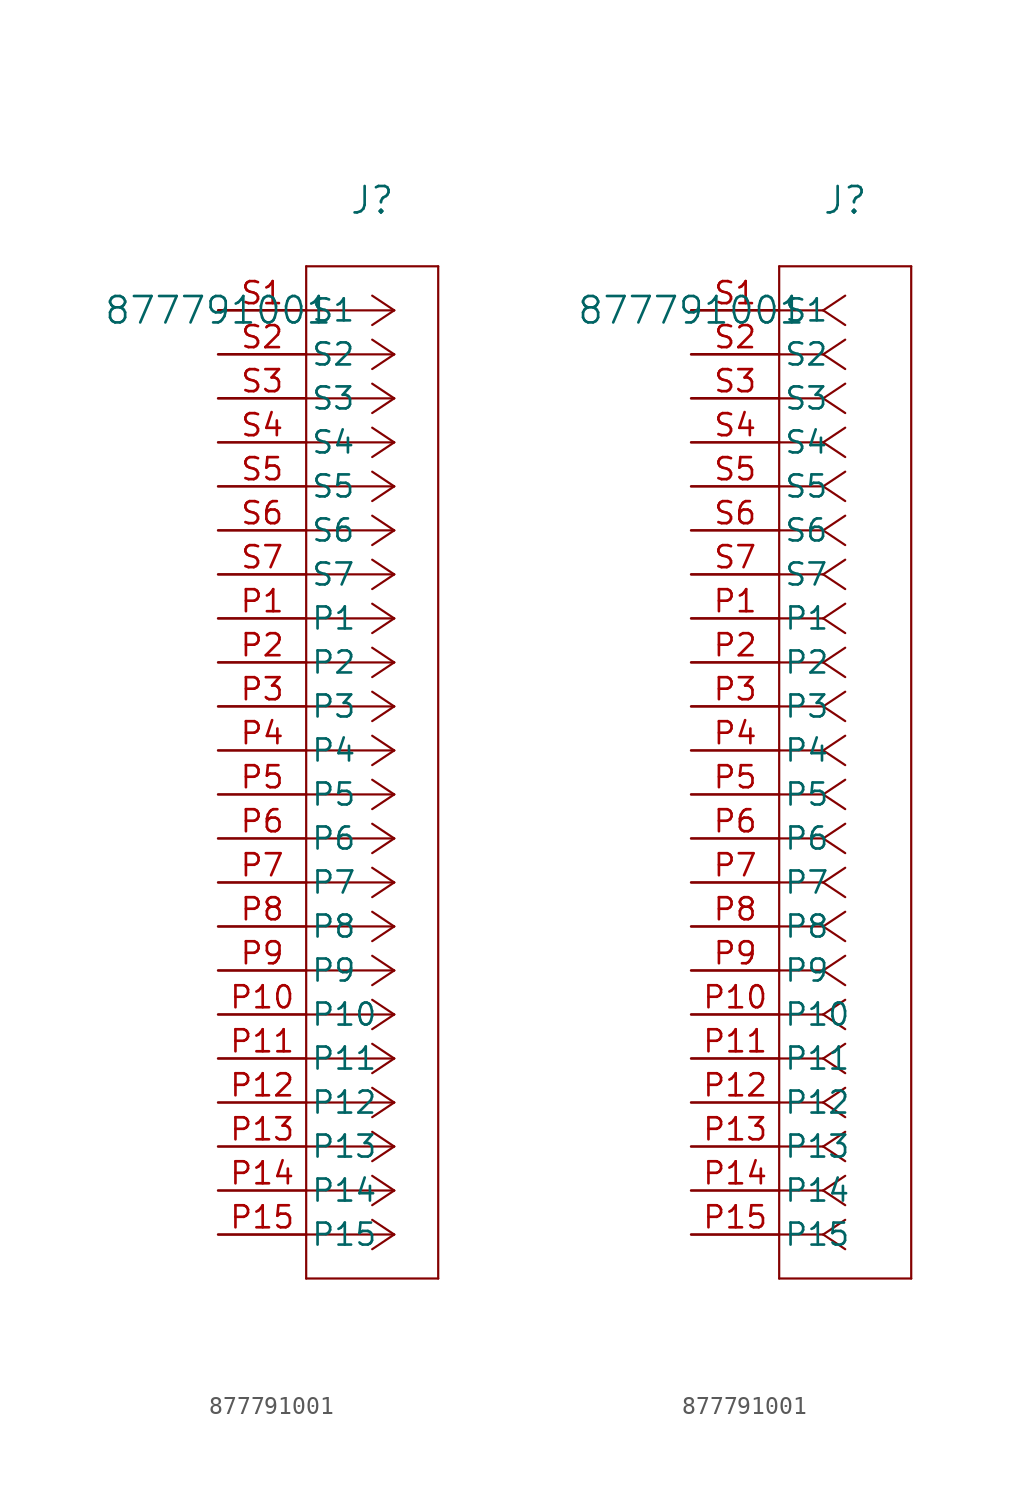
<source format=kicad_sym>
(kicad_symbol_lib
  (version 20211014)
  (generator kicad_symbol_editor)
  (symbol "877791001"
    (pin_names
      (offset 0.254))
    (property "Reference" "J"
      (at 8.89 6.35 0)
      (effects (font (size 1.524 1.524))))
    (property "Value" "877791001"
      (at 0 0 0)
      (effects (font (size 1.524 1.524))))
    (symbol "877791001_1_1"
      (polyline (pts (xy 10.16 0) (xy 5.08 0)) (stroke (width 0.127) (type default) (color 0 0 0 0)) (fill (type none)))
      (polyline (pts (xy 10.16 -2.54) (xy 5.08 -2.54)) (stroke (width 0.127) (type default) (color 0 0 0 0)) (fill (type none)))
      (polyline (pts (xy 10.16 -5.08) (xy 5.08 -5.08)) (stroke (width 0.127) (type default) (color 0 0 0 0)) (fill (type none)))
      (polyline (pts (xy 10.16 -7.62) (xy 5.08 -7.62)) (stroke (width 0.127) (type default) (color 0 0 0 0)) (fill (type none)))
      (polyline (pts (xy 10.16 -10.16) (xy 5.08 -10.16)) (stroke (width 0.127) (type default) (color 0 0 0 0)) (fill (type none)))
      (polyline (pts (xy 10.16 -12.7) (xy 5.08 -12.7)) (stroke (width 0.127) (type default) (color 0 0 0 0)) (fill (type none)))
      (polyline (pts (xy 10.16 -15.24) (xy 5.08 -15.24)) (stroke (width 0.127) (type default) (color 0 0 0 0)) (fill (type none)))
      (polyline (pts (xy 10.16 -17.78) (xy 5.08 -17.78)) (stroke (width 0.127) (type default) (color 0 0 0 0)) (fill (type none)))
      (polyline (pts (xy 10.16 -20.32) (xy 5.08 -20.32)) (stroke (width 0.127) (type default) (color 0 0 0 0)) (fill (type none)))
      (polyline (pts (xy 10.16 -22.86) (xy 5.08 -22.86)) (stroke (width 0.127) (type default) (color 0 0 0 0)) (fill (type none)))
      (polyline (pts (xy 10.16 -25.4) (xy 5.08 -25.4)) (stroke (width 0.127) (type default) (color 0 0 0 0)) (fill (type none)))
      (polyline (pts (xy 10.16 -27.94) (xy 5.08 -27.94)) (stroke (width 0.127) (type default) (color 0 0 0 0)) (fill (type none)))
      (polyline (pts (xy 10.16 -30.48) (xy 5.08 -30.48)) (stroke (width 0.127) (type default) (color 0 0 0 0)) (fill (type none)))
      (polyline (pts (xy 10.16 -33.02) (xy 5.08 -33.02)) (stroke (width 0.127) (type default) (color 0 0 0 0)) (fill (type none)))
      (polyline (pts (xy 10.16 -35.56) (xy 5.08 -35.56)) (stroke (width 0.127) (type default) (color 0 0 0 0)) (fill (type none)))
      (polyline (pts (xy 10.16 -38.1) (xy 5.08 -38.1)) (stroke (width 0.127) (type default) (color 0 0 0 0)) (fill (type none)))
      (polyline (pts (xy 10.16 -40.64) (xy 5.08 -40.64)) (stroke (width 0.127) (type default) (color 0 0 0 0)) (fill (type none)))
      (polyline (pts (xy 10.16 -43.18) (xy 5.08 -43.18)) (stroke (width 0.127) (type default) (color 0 0 0 0)) (fill (type none)))
      (polyline (pts (xy 10.16 -45.72) (xy 5.08 -45.72)) (stroke (width 0.127) (type default) (color 0 0 0 0)) (fill (type none)))
      (polyline (pts (xy 10.16 -48.26) (xy 5.08 -48.26)) (stroke (width 0.127) (type default) (color 0 0 0 0)) (fill (type none)))
      (polyline (pts (xy 10.16 -50.8) (xy 5.08 -50.8)) (stroke (width 0.127) (type default) (color 0 0 0 0)) (fill (type none)))
      (polyline (pts (xy 10.16 -53.34) (xy 5.08 -53.34)) (stroke (width 0.127) (type default) (color 0 0 0 0)) (fill (type none)))
      (polyline (pts (xy 10.16 0) (xy 8.89 0.847)) (stroke (width 0.127) (type default) (color 0 0 0 0)) (fill (type none)))
      (polyline (pts (xy 10.16 -2.54) (xy 8.89 -1.693)) (stroke (width 0.127) (type default) (color 0 0 0 0)) (fill (type none)))
      (polyline (pts (xy 10.16 -5.08) (xy 8.89 -4.233)) (stroke (width 0.127) (type default) (color 0 0 0 0)) (fill (type none)))
      (polyline (pts (xy 10.16 -7.62) (xy 8.89 -6.773)) (stroke (width 0.127) (type default) (color 0 0 0 0)) (fill (type none)))
      (polyline (pts (xy 10.16 -10.16) (xy 8.89 -9.313)) (stroke (width 0.127) (type default) (color 0 0 0 0)) (fill (type none)))
      (polyline (pts (xy 10.16 -12.7) (xy 8.89 -11.853)) (stroke (width 0.127) (type default) (color 0 0 0 0)) (fill (type none)))
      (polyline (pts (xy 10.16 -15.24) (xy 8.89 -14.393)) (stroke (width 0.127) (type default) (color 0 0 0 0)) (fill (type none)))
      (polyline (pts (xy 10.16 -17.78) (xy 8.89 -16.933)) (stroke (width 0.127) (type default) (color 0 0 0 0)) (fill (type none)))
      (polyline (pts (xy 10.16 -20.32) (xy 8.89 -19.473)) (stroke (width 0.127) (type default) (color 0 0 0 0)) (fill (type none)))
      (polyline (pts (xy 10.16 -22.86) (xy 8.89 -22.013)) (stroke (width 0.127) (type default) (color 0 0 0 0)) (fill (type none)))
      (polyline (pts (xy 10.16 -25.4) (xy 8.89 -24.553)) (stroke (width 0.127) (type default) (color 0 0 0 0)) (fill (type none)))
      (polyline (pts (xy 10.16 -27.94) (xy 8.89 -27.093)) (stroke (width 0.127) (type default) (color 0 0 0 0)) (fill (type none)))
      (polyline (pts (xy 10.16 -30.48) (xy 8.89 -29.633)) (stroke (width 0.127) (type default) (color 0 0 0 0)) (fill (type none)))
      (polyline (pts (xy 10.16 -33.02) (xy 8.89 -32.173)) (stroke (width 0.127) (type default) (color 0 0 0 0)) (fill (type none)))
      (polyline (pts (xy 10.16 -35.56) (xy 8.89 -34.713)) (stroke (width 0.127) (type default) (color 0 0 0 0)) (fill (type none)))
      (polyline (pts (xy 10.16 -38.1) (xy 8.89 -37.253)) (stroke (width 0.127) (type default) (color 0 0 0 0)) (fill (type none)))
      (polyline (pts (xy 10.16 -40.64) (xy 8.89 -39.793)) (stroke (width 0.127) (type default) (color 0 0 0 0)) (fill (type none)))
      (polyline (pts (xy 10.16 -43.18) (xy 8.89 -42.333)) (stroke (width 0.127) (type default) (color 0 0 0 0)) (fill (type none)))
      (polyline (pts (xy 10.16 -45.72) (xy 8.89 -44.873)) (stroke (width 0.127) (type default) (color 0 0 0 0)) (fill (type none)))
      (polyline (pts (xy 10.16 -48.26) (xy 8.89 -47.413)) (stroke (width 0.127) (type default) (color 0 0 0 0)) (fill (type none)))
      (polyline (pts (xy 10.16 -50.8) (xy 8.89 -49.953)) (stroke (width 0.127) (type default) (color 0 0 0 0)) (fill (type none)))
      (polyline (pts (xy 10.16 -53.34) (xy 8.89 -52.493)) (stroke (width 0.127) (type default) (color 0 0 0 0)) (fill (type none)))
      (polyline (pts (xy 10.16 0) (xy 8.89 -0.847)) (stroke (width 0.127) (type default) (color 0 0 0 0)) (fill (type none)))
      (polyline (pts (xy 10.16 -2.54) (xy 8.89 -3.387)) (stroke (width 0.127) (type default) (color 0 0 0 0)) (fill (type none)))
      (polyline (pts (xy 10.16 -5.08) (xy 8.89 -5.927)) (stroke (width 0.127) (type default) (color 0 0 0 0)) (fill (type none)))
      (polyline (pts (xy 10.16 -7.62) (xy 8.89 -8.467)) (stroke (width 0.127) (type default) (color 0 0 0 0)) (fill (type none)))
      (polyline (pts (xy 10.16 -10.16) (xy 8.89 -11.007)) (stroke (width 0.127) (type default) (color 0 0 0 0)) (fill (type none)))
      (polyline (pts (xy 10.16 -12.7) (xy 8.89 -13.547)) (stroke (width 0.127) (type default) (color 0 0 0 0)) (fill (type none)))
      (polyline (pts (xy 10.16 -15.24) (xy 8.89 -16.087)) (stroke (width 0.127) (type default) (color 0 0 0 0)) (fill (type none)))
      (polyline (pts (xy 10.16 -17.78) (xy 8.89 -18.627)) (stroke (width 0.127) (type default) (color 0 0 0 0)) (fill (type none)))
      (polyline (pts (xy 10.16 -20.32) (xy 8.89 -21.167)) (stroke (width 0.127) (type default) (color 0 0 0 0)) (fill (type none)))
      (polyline (pts (xy 10.16 -22.86) (xy 8.89 -23.707)) (stroke (width 0.127) (type default) (color 0 0 0 0)) (fill (type none)))
      (polyline (pts (xy 10.16 -25.4) (xy 8.89 -26.247)) (stroke (width 0.127) (type default) (color 0 0 0 0)) (fill (type none)))
      (polyline (pts (xy 10.16 -27.94) (xy 8.89 -28.787)) (stroke (width 0.127) (type default) (color 0 0 0 0)) (fill (type none)))
      (polyline (pts (xy 10.16 -30.48) (xy 8.89 -31.327)) (stroke (width 0.127) (type default) (color 0 0 0 0)) (fill (type none)))
      (polyline (pts (xy 10.16 -33.02) (xy 8.89 -33.867)) (stroke (width 0.127) (type default) (color 0 0 0 0)) (fill (type none)))
      (polyline (pts (xy 10.16 -35.56) (xy 8.89 -36.407)) (stroke (width 0.127) (type default) (color 0 0 0 0)) (fill (type none)))
      (polyline (pts (xy 10.16 -38.1) (xy 8.89 -38.947)) (stroke (width 0.127) (type default) (color 0 0 0 0)) (fill (type none)))
      (polyline (pts (xy 10.16 -40.64) (xy 8.89 -41.487)) (stroke (width 0.127) (type default) (color 0 0 0 0)) (fill (type none)))
      (polyline (pts (xy 10.16 -43.18) (xy 8.89 -44.027)) (stroke (width 0.127) (type default) (color 0 0 0 0)) (fill (type none)))
      (polyline (pts (xy 10.16 -45.72) (xy 8.89 -46.567)) (stroke (width 0.127) (type default) (color 0 0 0 0)) (fill (type none)))
      (polyline (pts (xy 10.16 -48.26) (xy 8.89 -49.107)) (stroke (width 0.127) (type default) (color 0 0 0 0)) (fill (type none)))
      (polyline (pts (xy 10.16 -50.8) (xy 8.89 -51.647)) (stroke (width 0.127) (type default) (color 0 0 0 0)) (fill (type none)))
      (polyline (pts (xy 10.16 -53.34) (xy 8.89 -54.187)) (stroke (width 0.127) (type default) (color 0 0 0 0)) (fill (type none)))
      (polyline (pts (xy 5.08 2.54) (xy 5.08 -55.88)) (stroke (width 0.127) (type default) (color 0 0 0 0)) (fill (type none)))
      (polyline (pts (xy 5.08 -55.88) (xy 12.7 -55.88)) (stroke (width 0.127) (type default) (color 0 0 0 0)) (fill (type none)))
      (polyline (pts (xy 12.7 -55.88) (xy 12.7 2.54)) (stroke (width 0.127) (type default) (color 0 0 0 0)) (fill (type none)))
      (polyline (pts (xy 12.7 2.54) (xy 5.08 2.54)) (stroke (width 0.127) (type default) (color 0 0 0 0)) (fill (type none)))
      (pin unspecified line (at 0 0 0) (length 5.08) (name "S1" (effects (font (size 1.27 1.27)))) (number "S1" (effects (font (size 1.27 1.27)))))
      (pin unspecified line (at 0 -2.54 0) (length 5.08) (name "S2" (effects (font (size 1.27 1.27)))) (number "S2" (effects (font (size 1.27 1.27)))))
      (pin unspecified line (at 0 -5.08 0) (length 5.08) (name "S3" (effects (font (size 1.27 1.27)))) (number "S3" (effects (font (size 1.27 1.27)))))
      (pin unspecified line (at 0 -7.62 0) (length 5.08) (name "S4" (effects (font (size 1.27 1.27)))) (number "S4" (effects (font (size 1.27 1.27)))))
      (pin unspecified line (at 0 -10.16 0) (length 5.08) (name "S5" (effects (font (size 1.27 1.27)))) (number "S5" (effects (font (size 1.27 1.27)))))
      (pin unspecified line (at 0 -12.7 0) (length 5.08) (name "S6" (effects (font (size 1.27 1.27)))) (number "S6" (effects (font (size 1.27 1.27)))))
      (pin unspecified line (at 0 -15.24 0) (length 5.08) (name "S7" (effects (font (size 1.27 1.27)))) (number "S7" (effects (font (size 1.27 1.27)))))
      (pin unspecified line (at 0 -17.78 0) (length 5.08) (name "P1" (effects (font (size 1.27 1.27)))) (number "P1" (effects (font (size 1.27 1.27)))))
      (pin unspecified line (at 0 -20.32 0) (length 5.08) (name "P2" (effects (font (size 1.27 1.27)))) (number "P2" (effects (font (size 1.27 1.27)))))
      (pin unspecified line (at 0 -22.86 0) (length 5.08) (name "P3" (effects (font (size 1.27 1.27)))) (number "P3" (effects (font (size 1.27 1.27)))))
      (pin unspecified line (at 0 -25.4 0) (length 5.08) (name "P4" (effects (font (size 1.27 1.27)))) (number "P4" (effects (font (size 1.27 1.27)))))
      (pin unspecified line (at 0 -27.94 0) (length 5.08) (name "P5" (effects (font (size 1.27 1.27)))) (number "P5" (effects (font (size 1.27 1.27)))))
      (pin unspecified line (at 0 -30.48 0) (length 5.08) (name "P6" (effects (font (size 1.27 1.27)))) (number "P6" (effects (font (size 1.27 1.27)))))
      (pin unspecified line (at 0 -33.02 0) (length 5.08) (name "P7" (effects (font (size 1.27 1.27)))) (number "P7" (effects (font (size 1.27 1.27)))))
      (pin unspecified line (at 0 -35.56 0) (length 5.08) (name "P8" (effects (font (size 1.27 1.27)))) (number "P8" (effects (font (size 1.27 1.27)))))
      (pin unspecified line (at 0 -38.1 0) (length 5.08) (name "P9" (effects (font (size 1.27 1.27)))) (number "P9" (effects (font (size 1.27 1.27)))))
      (pin unspecified line (at 0 -40.64 0) (length 5.08) (name "P10" (effects (font (size 1.27 1.27)))) (number "P10" (effects (font (size 1.27 1.27)))))
      (pin unspecified line (at 0 -43.18 0) (length 5.08) (name "P11" (effects (font (size 1.27 1.27)))) (number "P11" (effects (font (size 1.27 1.27)))))
      (pin unspecified line (at 0 -45.72 0) (length 5.08) (name "P12" (effects (font (size 1.27 1.27)))) (number "P12" (effects (font (size 1.27 1.27)))))
      (pin unspecified line (at 0 -48.26 0) (length 5.08) (name "P13" (effects (font (size 1.27 1.27)))) (number "P13" (effects (font (size 1.27 1.27)))))
      (pin unspecified line (at 0 -50.8 0) (length 5.08) (name "P14" (effects (font (size 1.27 1.27)))) (number "P14" (effects (font (size 1.27 1.27)))))
      (pin unspecified line (at 0 -53.34 0) (length 5.08) (name "P15" (effects (font (size 1.27 1.27)))) (number "P15" (effects (font (size 1.27 1.27))))))
    (symbol "877791001_1_2"
      (polyline (pts (xy 7.62 0) (xy 5.08 0)) (stroke (width 0.127) (type default) (color 0 0 0 0)) (fill (type none)))
      (polyline (pts (xy 7.62 -2.54) (xy 5.08 -2.54)) (stroke (width 0.127) (type default) (color 0 0 0 0)) (fill (type none)))
      (polyline (pts (xy 7.62 -5.08) (xy 5.08 -5.08)) (stroke (width 0.127) (type default) (color 0 0 0 0)) (fill (type none)))
      (polyline (pts (xy 7.62 -7.62) (xy 5.08 -7.62)) (stroke (width 0.127) (type default) (color 0 0 0 0)) (fill (type none)))
      (polyline (pts (xy 7.62 -10.16) (xy 5.08 -10.16)) (stroke (width 0.127) (type default) (color 0 0 0 0)) (fill (type none)))
      (polyline (pts (xy 7.62 -12.7) (xy 5.08 -12.7)) (stroke (width 0.127) (type default) (color 0 0 0 0)) (fill (type none)))
      (polyline (pts (xy 7.62 -15.24) (xy 5.08 -15.24)) (stroke (width 0.127) (type default) (color 0 0 0 0)) (fill (type none)))
      (polyline (pts (xy 7.62 -17.78) (xy 5.08 -17.78)) (stroke (width 0.127) (type default) (color 0 0 0 0)) (fill (type none)))
      (polyline (pts (xy 7.62 -20.32) (xy 5.08 -20.32)) (stroke (width 0.127) (type default) (color 0 0 0 0)) (fill (type none)))
      (polyline (pts (xy 7.62 -22.86) (xy 5.08 -22.86)) (stroke (width 0.127) (type default) (color 0 0 0 0)) (fill (type none)))
      (polyline (pts (xy 7.62 -25.4) (xy 5.08 -25.4)) (stroke (width 0.127) (type default) (color 0 0 0 0)) (fill (type none)))
      (polyline (pts (xy 7.62 -27.94) (xy 5.08 -27.94)) (stroke (width 0.127) (type default) (color 0 0 0 0)) (fill (type none)))
      (polyline (pts (xy 7.62 -30.48) (xy 5.08 -30.48)) (stroke (width 0.127) (type default) (color 0 0 0 0)) (fill (type none)))
      (polyline (pts (xy 7.62 -33.02) (xy 5.08 -33.02)) (stroke (width 0.127) (type default) (color 0 0 0 0)) (fill (type none)))
      (polyline (pts (xy 7.62 -35.56) (xy 5.08 -35.56)) (stroke (width 0.127) (type default) (color 0 0 0 0)) (fill (type none)))
      (polyline (pts (xy 7.62 -38.1) (xy 5.08 -38.1)) (stroke (width 0.127) (type default) (color 0 0 0 0)) (fill (type none)))
      (polyline (pts (xy 7.62 -40.64) (xy 5.08 -40.64)) (stroke (width 0.127) (type default) (color 0 0 0 0)) (fill (type none)))
      (polyline (pts (xy 7.62 -43.18) (xy 5.08 -43.18)) (stroke (width 0.127) (type default) (color 0 0 0 0)) (fill (type none)))
      (polyline (pts (xy 7.62 -45.72) (xy 5.08 -45.72)) (stroke (width 0.127) (type default) (color 0 0 0 0)) (fill (type none)))
      (polyline (pts (xy 7.62 -48.26) (xy 5.08 -48.26)) (stroke (width 0.127) (type default) (color 0 0 0 0)) (fill (type none)))
      (polyline (pts (xy 7.62 -50.8) (xy 5.08 -50.8)) (stroke (width 0.127) (type default) (color 0 0 0 0)) (fill (type none)))
      (polyline (pts (xy 7.62 -53.34) (xy 5.08 -53.34)) (stroke (width 0.127) (type default) (color 0 0 0 0)) (fill (type none)))
      (polyline (pts (xy 7.62 0) (xy 8.89 0.847)) (stroke (width 0.127) (type default) (color 0 0 0 0)) (fill (type none)))
      (polyline (pts (xy 7.62 -2.54) (xy 8.89 -1.693)) (stroke (width 0.127) (type default) (color 0 0 0 0)) (fill (type none)))
      (polyline (pts (xy 7.62 -5.08) (xy 8.89 -4.233)) (stroke (width 0.127) (type default) (color 0 0 0 0)) (fill (type none)))
      (polyline (pts (xy 7.62 -7.62) (xy 8.89 -6.773)) (stroke (width 0.127) (type default) (color 0 0 0 0)) (fill (type none)))
      (polyline (pts (xy 7.62 -10.16) (xy 8.89 -9.313)) (stroke (width 0.127) (type default) (color 0 0 0 0)) (fill (type none)))
      (polyline (pts (xy 7.62 -12.7) (xy 8.89 -11.853)) (stroke (width 0.127) (type default) (color 0 0 0 0)) (fill (type none)))
      (polyline (pts (xy 7.62 -15.24) (xy 8.89 -14.393)) (stroke (width 0.127) (type default) (color 0 0 0 0)) (fill (type none)))
      (polyline (pts (xy 7.62 -17.78) (xy 8.89 -16.933)) (stroke (width 0.127) (type default) (color 0 0 0 0)) (fill (type none)))
      (polyline (pts (xy 7.62 -20.32) (xy 8.89 -19.473)) (stroke (width 0.127) (type default) (color 0 0 0 0)) (fill (type none)))
      (polyline (pts (xy 7.62 -22.86) (xy 8.89 -22.013)) (stroke (width 0.127) (type default) (color 0 0 0 0)) (fill (type none)))
      (polyline (pts (xy 7.62 -25.4) (xy 8.89 -24.553)) (stroke (width 0.127) (type default) (color 0 0 0 0)) (fill (type none)))
      (polyline (pts (xy 7.62 -27.94) (xy 8.89 -27.093)) (stroke (width 0.127) (type default) (color 0 0 0 0)) (fill (type none)))
      (polyline (pts (xy 7.62 -30.48) (xy 8.89 -29.633)) (stroke (width 0.127) (type default) (color 0 0 0 0)) (fill (type none)))
      (polyline (pts (xy 7.62 -33.02) (xy 8.89 -32.173)) (stroke (width 0.127) (type default) (color 0 0 0 0)) (fill (type none)))
      (polyline (pts (xy 7.62 -35.56) (xy 8.89 -34.713)) (stroke (width 0.127) (type default) (color 0 0 0 0)) (fill (type none)))
      (polyline (pts (xy 7.62 -38.1) (xy 8.89 -37.253)) (stroke (width 0.127) (type default) (color 0 0 0 0)) (fill (type none)))
      (polyline (pts (xy 7.62 -40.64) (xy 8.89 -39.793)) (stroke (width 0.127) (type default) (color 0 0 0 0)) (fill (type none)))
      (polyline (pts (xy 7.62 -43.18) (xy 8.89 -42.333)) (stroke (width 0.127) (type default) (color 0 0 0 0)) (fill (type none)))
      (polyline (pts (xy 7.62 -45.72) (xy 8.89 -44.873)) (stroke (width 0.127) (type default) (color 0 0 0 0)) (fill (type none)))
      (polyline (pts (xy 7.62 -48.26) (xy 8.89 -47.413)) (stroke (width 0.127) (type default) (color 0 0 0 0)) (fill (type none)))
      (polyline (pts (xy 7.62 -50.8) (xy 8.89 -49.953)) (stroke (width 0.127) (type default) (color 0 0 0 0)) (fill (type none)))
      (polyline (pts (xy 7.62 -53.34) (xy 8.89 -52.493)) (stroke (width 0.127) (type default) (color 0 0 0 0)) (fill (type none)))
      (polyline (pts (xy 7.62 0) (xy 8.89 -0.847)) (stroke (width 0.127) (type default) (color 0 0 0 0)) (fill (type none)))
      (polyline (pts (xy 7.62 -2.54) (xy 8.89 -3.387)) (stroke (width 0.127) (type default) (color 0 0 0 0)) (fill (type none)))
      (polyline (pts (xy 7.62 -5.08) (xy 8.89 -5.927)) (stroke (width 0.127) (type default) (color 0 0 0 0)) (fill (type none)))
      (polyline (pts (xy 7.62 -7.62) (xy 8.89 -8.467)) (stroke (width 0.127) (type default) (color 0 0 0 0)) (fill (type none)))
      (polyline (pts (xy 7.62 -10.16) (xy 8.89 -11.007)) (stroke (width 0.127) (type default) (color 0 0 0 0)) (fill (type none)))
      (polyline (pts (xy 7.62 -12.7) (xy 8.89 -13.547)) (stroke (width 0.127) (type default) (color 0 0 0 0)) (fill (type none)))
      (polyline (pts (xy 7.62 -15.24) (xy 8.89 -16.087)) (stroke (width 0.127) (type default) (color 0 0 0 0)) (fill (type none)))
      (polyline (pts (xy 7.62 -17.78) (xy 8.89 -18.627)) (stroke (width 0.127) (type default) (color 0 0 0 0)) (fill (type none)))
      (polyline (pts (xy 7.62 -20.32) (xy 8.89 -21.167)) (stroke (width 0.127) (type default) (color 0 0 0 0)) (fill (type none)))
      (polyline (pts (xy 7.62 -22.86) (xy 8.89 -23.707)) (stroke (width 0.127) (type default) (color 0 0 0 0)) (fill (type none)))
      (polyline (pts (xy 7.62 -25.4) (xy 8.89 -26.247)) (stroke (width 0.127) (type default) (color 0 0 0 0)) (fill (type none)))
      (polyline (pts (xy 7.62 -27.94) (xy 8.89 -28.787)) (stroke (width 0.127) (type default) (color 0 0 0 0)) (fill (type none)))
      (polyline (pts (xy 7.62 -30.48) (xy 8.89 -31.327)) (stroke (width 0.127) (type default) (color 0 0 0 0)) (fill (type none)))
      (polyline (pts (xy 7.62 -33.02) (xy 8.89 -33.867)) (stroke (width 0.127) (type default) (color 0 0 0 0)) (fill (type none)))
      (polyline (pts (xy 7.62 -35.56) (xy 8.89 -36.407)) (stroke (width 0.127) (type default) (color 0 0 0 0)) (fill (type none)))
      (polyline (pts (xy 7.62 -38.1) (xy 8.89 -38.947)) (stroke (width 0.127) (type default) (color 0 0 0 0)) (fill (type none)))
      (polyline (pts (xy 7.62 -40.64) (xy 8.89 -41.487)) (stroke (width 0.127) (type default) (color 0 0 0 0)) (fill (type none)))
      (polyline (pts (xy 7.62 -43.18) (xy 8.89 -44.027)) (stroke (width 0.127) (type default) (color 0 0 0 0)) (fill (type none)))
      (polyline (pts (xy 7.62 -45.72) (xy 8.89 -46.567)) (stroke (width 0.127) (type default) (color 0 0 0 0)) (fill (type none)))
      (polyline (pts (xy 7.62 -48.26) (xy 8.89 -49.107)) (stroke (width 0.127) (type default) (color 0 0 0 0)) (fill (type none)))
      (polyline (pts (xy 7.62 -50.8) (xy 8.89 -51.647)) (stroke (width 0.127) (type default) (color 0 0 0 0)) (fill (type none)))
      (polyline (pts (xy 7.62 -53.34) (xy 8.89 -54.187)) (stroke (width 0.127) (type default) (color 0 0 0 0)) (fill (type none)))
      (polyline (pts (xy 5.08 2.54) (xy 5.08 -55.88)) (stroke (width 0.127) (type default) (color 0 0 0 0)) (fill (type none)))
      (polyline (pts (xy 5.08 -55.88) (xy 12.7 -55.88)) (stroke (width 0.127) (type default) (color 0 0 0 0)) (fill (type none)))
      (polyline (pts (xy 12.7 -55.88) (xy 12.7 2.54)) (stroke (width 0.127) (type default) (color 0 0 0 0)) (fill (type none)))
      (polyline (pts (xy 12.7 2.54) (xy 5.08 2.54)) (stroke (width 0.127) (type default) (color 0 0 0 0)) (fill (type none)))
      (pin unspecified line (at 0 0 0) (length 5.08) (name "S1" (effects (font (size 1.27 1.27)))) (number "S1" (effects (font (size 1.27 1.27)))))
      (pin unspecified line (at 0 -2.54 0) (length 5.08) (name "S2" (effects (font (size 1.27 1.27)))) (number "S2" (effects (font (size 1.27 1.27)))))
      (pin unspecified line (at 0 -5.08 0) (length 5.08) (name "S3" (effects (font (size 1.27 1.27)))) (number "S3" (effects (font (size 1.27 1.27)))))
      (pin unspecified line (at 0 -7.62 0) (length 5.08) (name "S4" (effects (font (size 1.27 1.27)))) (number "S4" (effects (font (size 1.27 1.27)))))
      (pin unspecified line (at 0 -10.16 0) (length 5.08) (name "S5" (effects (font (size 1.27 1.27)))) (number "S5" (effects (font (size 1.27 1.27)))))
      (pin unspecified line (at 0 -12.7 0) (length 5.08) (name "S6" (effects (font (size 1.27 1.27)))) (number "S6" (effects (font (size 1.27 1.27)))))
      (pin unspecified line (at 0 -15.24 0) (length 5.08) (name "S7" (effects (font (size 1.27 1.27)))) (number "S7" (effects (font (size 1.27 1.27)))))
      (pin unspecified line (at 0 -17.78 0) (length 5.08) (name "P1" (effects (font (size 1.27 1.27)))) (number "P1" (effects (font (size 1.27 1.27)))))
      (pin unspecified line (at 0 -20.32 0) (length 5.08) (name "P2" (effects (font (size 1.27 1.27)))) (number "P2" (effects (font (size 1.27 1.27)))))
      (pin unspecified line (at 0 -22.86 0) (length 5.08) (name "P3" (effects (font (size 1.27 1.27)))) (number "P3" (effects (font (size 1.27 1.27)))))
      (pin unspecified line (at 0 -25.4 0) (length 5.08) (name "P4" (effects (font (size 1.27 1.27)))) (number "P4" (effects (font (size 1.27 1.27)))))
      (pin unspecified line (at 0 -27.94 0) (length 5.08) (name "P5" (effects (font (size 1.27 1.27)))) (number "P5" (effects (font (size 1.27 1.27)))))
      (pin unspecified line (at 0 -30.48 0) (length 5.08) (name "P6" (effects (font (size 1.27 1.27)))) (number "P6" (effects (font (size 1.27 1.27)))))
      (pin unspecified line (at 0 -33.02 0) (length 5.08) (name "P7" (effects (font (size 1.27 1.27)))) (number "P7" (effects (font (size 1.27 1.27)))))
      (pin unspecified line (at 0 -35.56 0) (length 5.08) (name "P8" (effects (font (size 1.27 1.27)))) (number "P8" (effects (font (size 1.27 1.27)))))
      (pin unspecified line (at 0 -38.1 0) (length 5.08) (name "P9" (effects (font (size 1.27 1.27)))) (number "P9" (effects (font (size 1.27 1.27)))))
      (pin unspecified line (at 0 -40.64 0) (length 5.08) (name "P10" (effects (font (size 1.27 1.27)))) (number "P10" (effects (font (size 1.27 1.27)))))
      (pin unspecified line (at 0 -43.18 0) (length 5.08) (name "P11" (effects (font (size 1.27 1.27)))) (number "P11" (effects (font (size 1.27 1.27)))))
      (pin unspecified line (at 0 -45.72 0) (length 5.08) (name "P12" (effects (font (size 1.27 1.27)))) (number "P12" (effects (font (size 1.27 1.27)))))
      (pin unspecified line (at 0 -48.26 0) (length 5.08) (name "P13" (effects (font (size 1.27 1.27)))) (number "P13" (effects (font (size 1.27 1.27)))))
      (pin unspecified line (at 0 -50.8 0) (length 5.08) (name "P14" (effects (font (size 1.27 1.27)))) (number "P14" (effects (font (size 1.27 1.27)))))
      (pin unspecified line (at 0 -53.34 0) (length 5.08) (name "P15" (effects (font (size 1.27 1.27)))) (number "P15" (effects (font (size 1.27 1.27))))))))
</source>
